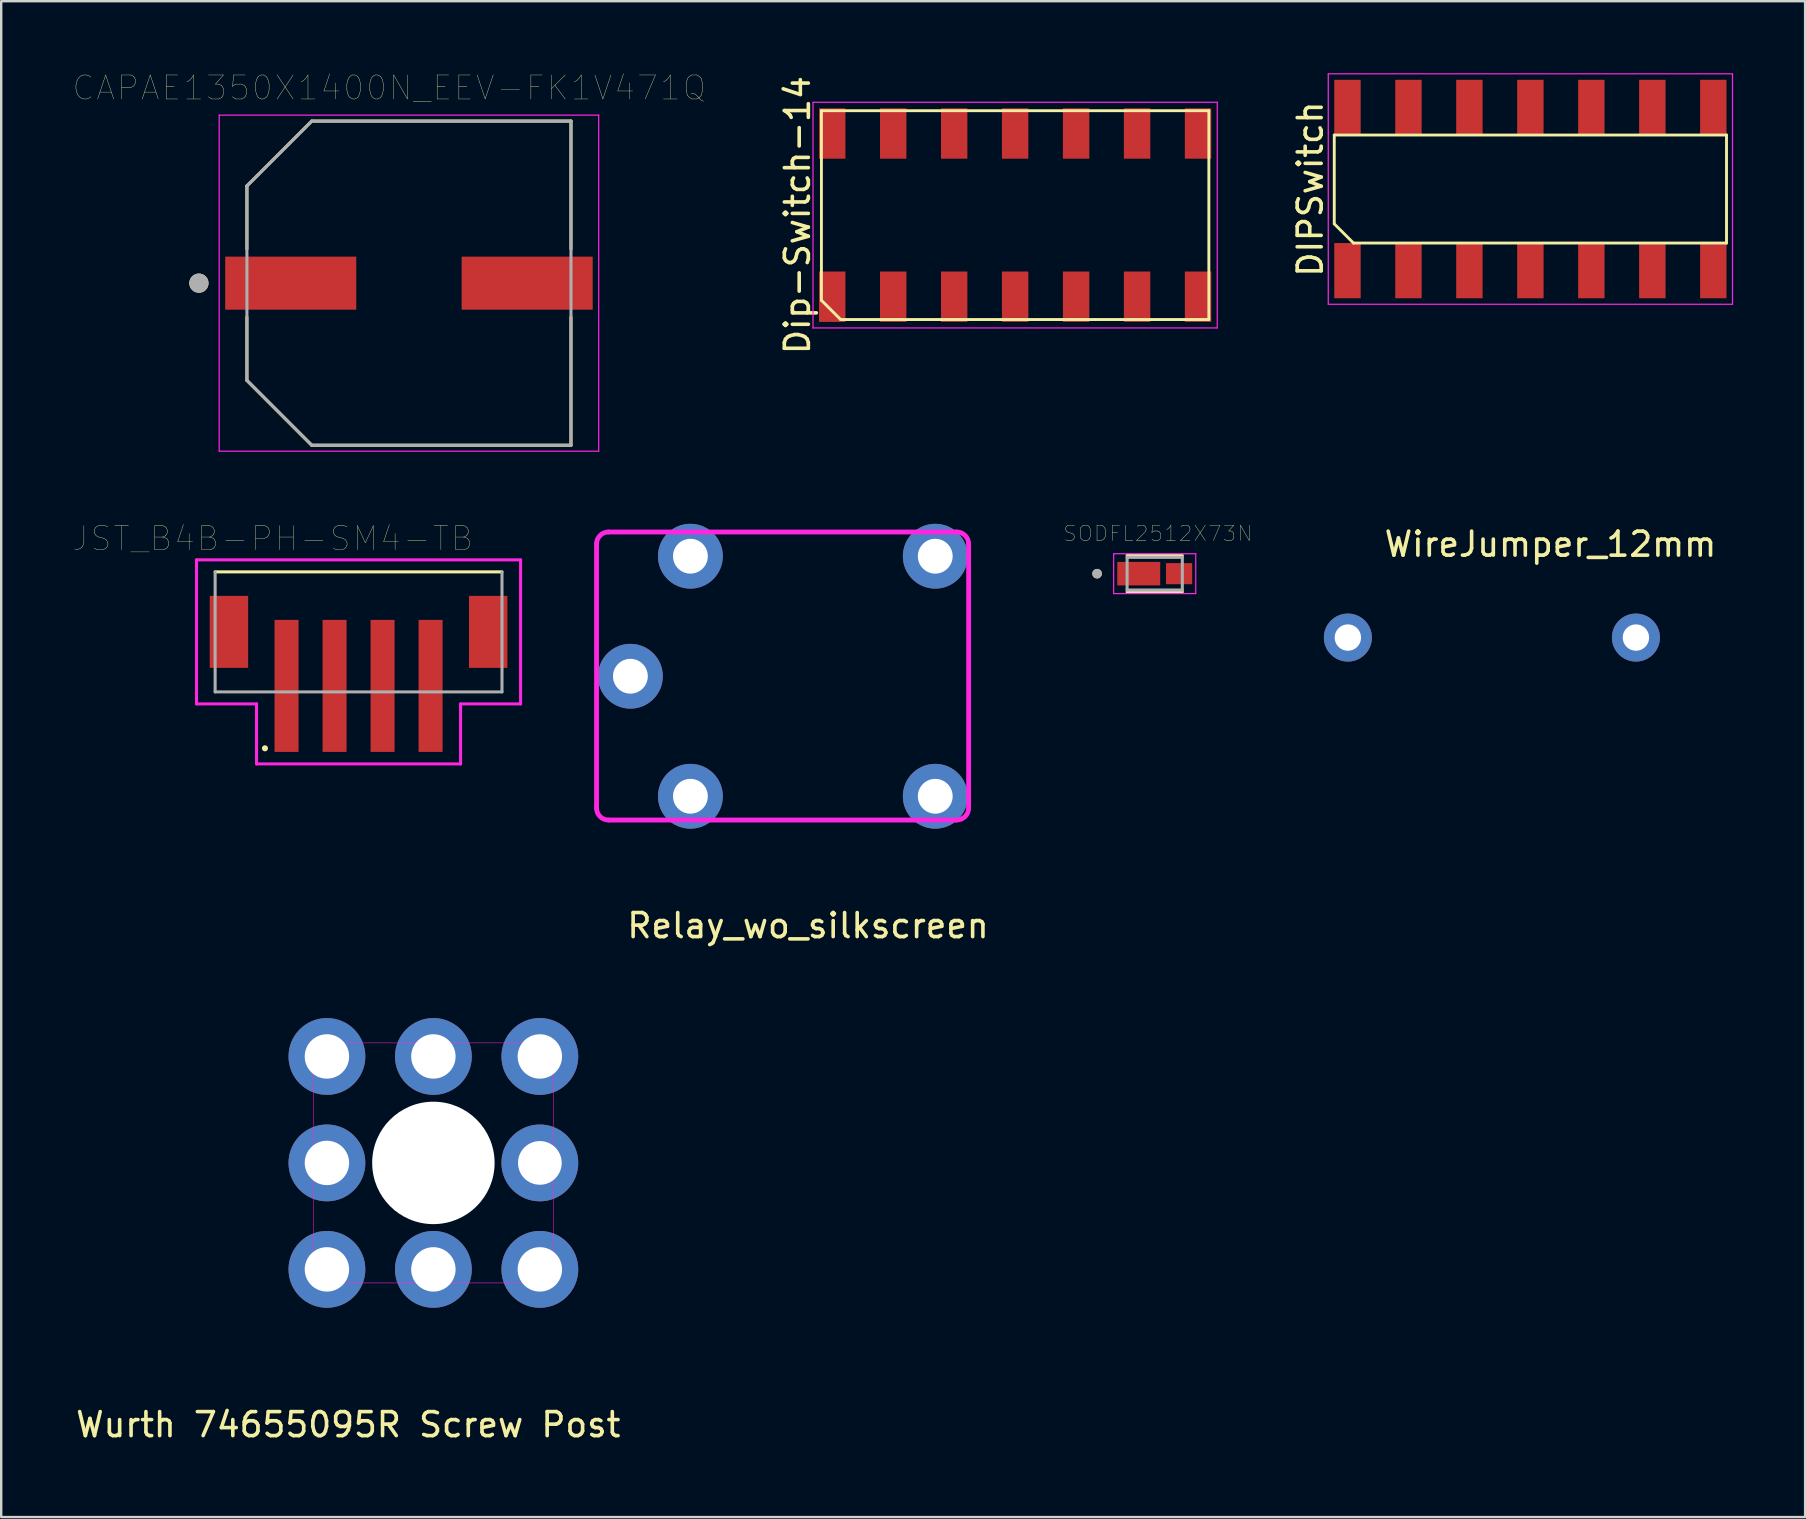
<source format=kicad_pcb>
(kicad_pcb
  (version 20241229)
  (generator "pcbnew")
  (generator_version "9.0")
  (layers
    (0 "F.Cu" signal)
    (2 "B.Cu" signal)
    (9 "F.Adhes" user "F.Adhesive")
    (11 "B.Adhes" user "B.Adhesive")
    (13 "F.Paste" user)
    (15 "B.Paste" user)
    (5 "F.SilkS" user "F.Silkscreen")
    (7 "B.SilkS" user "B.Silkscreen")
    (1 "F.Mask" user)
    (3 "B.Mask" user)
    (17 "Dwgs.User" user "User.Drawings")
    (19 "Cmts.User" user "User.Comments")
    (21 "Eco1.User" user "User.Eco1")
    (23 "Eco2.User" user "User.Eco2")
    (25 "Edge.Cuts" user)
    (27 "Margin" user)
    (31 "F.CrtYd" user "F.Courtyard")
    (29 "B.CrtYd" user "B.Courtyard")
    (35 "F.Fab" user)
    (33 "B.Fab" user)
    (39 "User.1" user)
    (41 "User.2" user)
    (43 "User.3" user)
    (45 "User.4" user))
  (footprint "Dip-Switch-14"
    (layer "F.Cu")
    (at 39.239 5.911)
    (property "Reference" "Dip-Switch-14" (at -9.07 0 90) (layer "F.SilkS") (effects (font (size 1 1) (thickness 0.15))))
    (attr smd)
    (fp_line (start -8.07 -4.35) (end 8.07 -4.35) (stroke (width 0.12) (type solid)) (layer "F.SilkS"))
    (fp_line (start -8.07 3.55) (end -8.07 -4.35) (stroke (width 0.12) (type solid)) (layer "F.SilkS"))
    (fp_line (start -7.27 4.35) (end -8.07 3.55) (stroke (width 0.12) (type solid)) (layer "F.SilkS"))
    (fp_line (start 8.07 -4.35) (end 8.07 4.35) (stroke (width 0.12) (type solid)) (layer "F.SilkS"))
    (fp_line (start 8.07 4.35) (end -7.27 4.35) (stroke (width 0.12) (type solid)) (layer "F.SilkS"))
    (fp_line (start -8.42 -4.7) (end 8.42 -4.7) (stroke (width 0.05) (type solid)) (layer "F.CrtYd"))
    (fp_line (start -8.42 4.7) (end -8.42 -4.7) (stroke (width 0.05) (type solid)) (layer "F.CrtYd"))
    (fp_line (start 8.42 -4.7) (end 8.42 4.7) (stroke (width 0.05) (type solid)) (layer "F.CrtYd"))
    (fp_line (start 8.42 4.7) (end -8.42 4.7) (stroke (width 0.05) (type solid)) (layer "F.CrtYd"))
    (pad "1" smd rect (at -7.62 3.4) (size 1.1 2.1) (layers "F.Cu" "F.Mask" "F.Paste"))
    (pad "2" smd rect (at -5.08 3.4) (size 1.1 2.1) (layers "F.Cu" "F.Mask" "F.Paste"))
    (pad "3" smd rect (at -2.54 3.4) (size 1.1 2.1) (layers "F.Cu" "F.Mask" "F.Paste"))
    (pad "4" smd rect (at 0 3.4) (size 1.1 2.1) (layers "F.Cu" "F.Mask" "F.Paste"))
    (pad "5" smd rect (at 2.54 3.4) (size 1.1 2.1) (layers "F.Cu" "F.Mask" "F.Paste"))
    (pad "6" smd rect (at 5.08 3.4) (size 1.1 2.1) (layers "F.Cu" "F.Mask" "F.Paste"))
    (pad "7" smd rect (at 7.62 3.4) (size 1.1 2.1) (layers "F.Cu" "F.Mask" "F.Paste"))
    (pad "8" smd rect (at 7.62 -3.4) (size 1.1 2.1) (layers "F.Cu" "F.Mask" "F.Paste"))
    (pad "9" smd rect (at 5.08 -3.4) (size 1.1 2.1) (layers "F.Cu" "F.Mask" "F.Paste"))
    (pad "10" smd rect (at 2.54 -3.4) (size 1.1 2.1) (layers "F.Cu" "F.Mask" "F.Paste"))
    (pad "11" smd rect (at 0 -3.4) (size 1.1 2.1) (layers "F.Cu" "F.Mask" "F.Paste"))
    (pad "12" smd rect (at -2.54 -3.4) (size 1.1 2.1) (layers "F.Cu" "F.Mask" "F.Paste"))
    (pad "13" smd rect (at -5.08 -3.4) (size 1.1 2.1) (layers "F.Cu" "F.Mask" "F.Paste"))
    (pad "14" smd rect (at -7.62 -3.4) (size 1.1 2.1) (layers "F.Cu" "F.Mask" "F.Paste")))
  (footprint "SODFL2512X73N"
    (layer "F.Cu")
    (at 45.053 20.848)
    (property "Reference" "SODFL2512X73N" (at 0.127 -1.676 0) (layer "F.SilkS") (effects (font (size 0.64 0.64) (thickness 0.015))))
    (attr through_hole)
    (fp_line (start -1.15 0.76) (end 1.15 0.76) (stroke (width 0.127) (type solid)) (layer "F.SilkS"))
    (fp_line (start 1.15 -0.76) (end -1.15 -0.76) (stroke (width 0.127) (type solid)) (layer "F.SilkS"))
    (fp_circle (center -2.4 0) (end -2.3 0) (stroke (width 0.2) (type solid)) (fill no) (layer "F.SilkS"))
    (fp_line (start -1.71 -0.83) (end -1.71 0.83) (stroke (width 0.05) (type solid)) (layer "F.CrtYd"))
    (fp_line (start -1.71 0.83) (end 1.71 0.83) (stroke (width 0.05) (type solid)) (layer "F.CrtYd"))
    (fp_line (start 1.71 -0.83) (end -1.71 -0.83) (stroke (width 0.05) (type solid)) (layer "F.CrtYd"))
    (fp_line (start 1.71 0.83) (end 1.71 -0.83) (stroke (width 0.05) (type solid)) (layer "F.CrtYd"))
    (fp_line (start -1.15 -0.68) (end -1.15 0.68) (stroke (width 0.127) (type solid)) (layer "F.Fab"))
    (fp_line (start -1.15 0.68) (end 1.15 0.68) (stroke (width 0.127) (type solid)) (layer "F.Fab"))
    (fp_line (start 1.15 -0.68) (end -1.15 -0.68) (stroke (width 0.127) (type solid)) (layer "F.Fab"))
    (fp_line (start 1.15 0.68) (end 1.15 -0.68) (stroke (width 0.127) (type solid)) (layer "F.Fab"))
    (fp_circle (center -2.4 0) (end -2.3 0) (stroke (width 0.2) (type solid)) (fill no) (layer "F.Fab"))
    (pad "1" smd rect (at -0.665 0) (size 1.79 0.98) (layers "F.Cu" "F.Mask" "F.Paste"))
    (pad "2" smd rect (at 1.015 0) (size 1.09 0.88) (layers "F.Cu" "F.Mask" "F.Paste")))
  (footprint "Wurth 74655095R Screw Post"
    (layer "F.Cu")
    (at 10.569 49.83)
    (property "Reference" "Wurth 74655095R Screw Post" (at 0.889 6.469 0) (layer "F.SilkS") (effects (font (size 1 1) (thickness 0.15))))
    (attr through_hole)
    (fp_line (start -0.565 -9.435) (end -0.565 0.565) (stroke (width 0.02) (type solid)) (layer "F.CrtYd"))
    (fp_line (start 9.435 -9.435) (end -0.565 -9.435) (stroke (width 0.02) (type solid)) (layer "F.CrtYd"))
    (fp_line (start 9.435 -9.435) (end 9.435 0.565) (stroke (width 0.02) (type solid)) (layer "F.CrtYd"))
    (fp_line (start 9.435 0.565) (end -0.565 0.565) (stroke (width 0.02) (type solid)) (layer "F.CrtYd"))
    (pad "" np_thru_hole circle (at 4.435 -4.435) (size 5.1 5.1) (drill 5.1) (layers "*.Cu" "*.Mask"))
    (pad "1" thru_hole circle (at 0 -8.87) (size 3.2 3.2) (drill 1.85) (layers "*.Cu" "*.Mask"))
    (pad "1" thru_hole circle (at 0 -4.435) (size 3.2 3.2) (drill 1.85) (layers "*.Cu" "*.Mask"))
    (pad "1" thru_hole circle (at 0 0) (size 3.2 3.2) (drill 1.85) (layers "*.Cu" "*.Mask"))
    (pad "1" thru_hole circle (at 4.435 -8.87) (size 3.2 3.2) (drill 1.85) (layers "*.Cu" "*.Mask"))
    (pad "1" thru_hole circle (at 4.435 0) (size 3.2 3.2) (drill 1.85) (layers "*.Cu" "*.Mask"))
    (pad "1" thru_hole circle (at 8.87 -8.87) (size 3.2 3.2) (drill 1.85) (layers "*.Cu" "*.Mask"))
    (pad "1" thru_hole circle (at 8.87 -4.435) (size 3.2 3.2) (drill 1.82) (layers "*.Cu" "*.Mask"))
    (pad "1" thru_hole circle (at 8.87 0) (size 3.2 3.2) (drill 1.85) (layers "*.Cu" "*.Mask")))
  (footprint "CAPAE1350X1400N_EEV-FK1V471Q"
    (layer "F.Cu")
    (at 13.986 8.746)
    (property "Reference" "CAPAE1350X1400N_EEV-FK1V471Q" (at -0.825 -8.135 0) (layer "F.SilkS") (effects (font (size 1 1) (thickness 0.015))))
    (attr through_hole)
    (fp_line (start -6.75 -4.05) (end -4.05 -6.752) (stroke (width 0.127) (type solid)) (layer "F.SilkS"))
    (fp_line (start -6.75 -1.42) (end -6.75 -4.05) (stroke (width 0.127) (type solid)) (layer "F.SilkS"))
    (fp_line (start -6.75 4.05) (end -6.75 1.42) (stroke (width 0.127) (type solid)) (layer "F.SilkS"))
    (fp_line (start -4.05 -6.752) (end 6.75 -6.752) (stroke (width 0.127) (type solid)) (layer "F.SilkS"))
    (fp_line (start -4.05 6.752) (end -6.75 4.05) (stroke (width 0.127) (type solid)) (layer "F.SilkS"))
    (fp_line (start 6.75 -6.752) (end 6.75 -1.42) (stroke (width 0.127) (type solid)) (layer "F.SilkS"))
    (fp_line (start 6.75 1.42) (end 6.75 6.752) (stroke (width 0.127) (type solid)) (layer "F.SilkS"))
    (fp_line (start 6.75 6.752) (end -4.05 6.752) (stroke (width 0.127) (type solid)) (layer "F.SilkS"))
    (fp_circle (center -8.75 0) (end -8.55 0) (stroke (width 0.4) (type solid)) (fill no) (layer "F.SilkS"))
    (fp_line (start -7.905 -7) (end 7.905 -7) (stroke (width 0.05) (type solid)) (layer "F.CrtYd"))
    (fp_line (start -7.905 7) (end -7.905 -7) (stroke (width 0.05) (type solid)) (layer "F.CrtYd"))
    (fp_line (start 7.905 -7) (end 7.905 7) (stroke (width 0.05) (type solid)) (layer "F.CrtYd"))
    (fp_line (start 7.905 7) (end -7.905 7) (stroke (width 0.05) (type solid)) (layer "F.CrtYd"))
    (fp_line (start -6.75 -4.05) (end -6.75 4.05) (stroke (width 0.127) (type solid)) (layer "F.Fab"))
    (fp_line (start -6.75 4.05) (end -4.05 6.75) (stroke (width 0.127) (type solid)) (layer "F.Fab"))
    (fp_line (start -4.05 -6.75) (end -6.75 -4.05) (stroke (width 0.127) (type solid)) (layer "F.Fab"))
    (fp_line (start -4.05 6.75) (end 6.75 6.75) (stroke (width 0.127) (type solid)) (layer "F.Fab"))
    (fp_line (start 6.75 -6.75) (end -4.05 -6.75) (stroke (width 0.127) (type solid)) (layer "F.Fab"))
    (fp_line (start 6.75 6.75) (end 6.75 -6.75) (stroke (width 0.127) (type solid)) (layer "F.Fab"))
    (fp_circle (center -8.75 0) (end -8.55 0) (stroke (width 0.4) (type solid)) (fill no) (layer "F.Fab"))
    (pad "1" smd rect (at -4.925 0) (size 5.46 2.21) (layers "F.Cu" "F.Mask" "F.Paste"))
    (pad "2" smd rect (at 4.925 0) (size 5.46 2.21) (layers "F.Cu" "F.Mask" "F.Paste")))
  (footprint "Relay_wo_silkscreen"
    (layer "F.Cu")
    (at 30.751 24.871)
    (property "Reference" "Relay_wo_silkscreen" (at -0.14 10.64 0) (layer "F.SilkS") (effects (font (size 1 1) (thickness 0.15))))
    (attr through_hole)
    (fp_line (start -8.95 -5.26) (end -8.95 5.74) (stroke (width 0.2) (type solid)) (layer "F.CrtYd"))
    (fp_line (start 6.05 -5.76) (end -8.45 -5.76) (stroke (width 0.2) (type solid)) (layer "F.CrtYd"))
    (fp_line (start 6.05 6.24) (end -8.45 6.24) (stroke (width 0.2) (type solid)) (layer "F.CrtYd"))
    (fp_line (start 6.55 -5.26) (end 6.55 5.74) (stroke (width 0.2) (type solid)) (layer "F.CrtYd"))
    (fp_arc (start -8.95 -5.259996) (mid -8.803553 -5.613549) (end -8.45 -5.759996) (stroke (width 0.2) (type solid)) (layer "F.CrtYd"))
    (fp_arc (start -8.45 6.240004) (mid -8.803553 6.093557) (end -8.95 5.740004) (stroke (width 0.2) (type solid)) (layer "F.CrtYd"))
    (fp_arc (start 6.05 -5.759996) (mid 6.403553 -5.613549) (end 6.55 -5.259996) (stroke (width 0.2) (type solid)) (layer "F.CrtYd"))
    (fp_arc (start 6.55 5.740004) (mid 6.403553 6.093557) (end 6.05 6.240004) (stroke (width 0.2) (type solid)) (layer "F.CrtYd"))
    (pad "1" thru_hole circle (at 5.16 5.25) (size 2.7 2.7) (drill 1.45) (layers "*.Cu" "*.Mask"))
    (pad "2" thru_hole circle (at -5.04 5.25) (size 2.7 2.7) (drill 1.45) (layers "*.Cu" "*.Mask"))
    (pad "6" thru_hole circle (at -5.04 -4.75) (size 2.7 2.7) (drill 1.45) (layers "*.Cu" "*.Mask"))
    (pad "7" thru_hole circle (at -7.54 0.25) (size 2.7 2.7) (drill 1.45) (layers "*.Cu" "*.Mask"))
    (pad "14" thru_hole circle (at 5.16 -4.75) (size 2.7 2.7) (drill 1.45) (layers "*.Cu" "*.Mask")))
  (footprint "DIPSwitch"
    (layer "F.Cu")
    (at 60.703 4.825)
    (property "Reference" "DIPSwitch" (at -9.17 0 90) (layer "F.SilkS") (effects (font (size 1 1) (thickness 0.15))))
    (attr smd)
    (fp_line (start -8.17 -2.25) (end 8.17 -2.25) (stroke (width 0.12) (type solid)) (layer "F.SilkS"))
    (fp_line (start -8.17 1.45) (end -8.17 -2.25) (stroke (width 0.12) (type solid)) (layer "F.SilkS"))
    (fp_line (start -7.37 2.25) (end -8.17 1.45) (stroke (width 0.12) (type solid)) (layer "F.SilkS"))
    (fp_line (start 8.17 -2.25) (end 8.17 2.25) (stroke (width 0.12) (type solid)) (layer "F.SilkS"))
    (fp_line (start 8.17 2.25) (end -7.37 2.25) (stroke (width 0.12) (type solid)) (layer "F.SilkS"))
    (fp_line (start -8.42 -4.8) (end 8.42 -4.8) (stroke (width 0.05) (type solid)) (layer "F.CrtYd"))
    (fp_line (start -8.42 4.8) (end -8.42 -4.8) (stroke (width 0.05) (type solid)) (layer "F.CrtYd"))
    (fp_line (start 8.42 -4.8) (end 8.42 4.8) (stroke (width 0.05) (type solid)) (layer "F.CrtYd"))
    (fp_line (start 8.42 4.8) (end -8.42 4.8) (stroke (width 0.05) (type solid)) (layer "F.CrtYd"))
    (pad "1" smd rect (at -7.62 3.4) (size 1.1 2.3) (layers "F.Cu" "F.Mask" "F.Paste"))
    (pad "2" smd rect (at -5.08 3.4) (size 1.1 2.3) (layers "F.Cu" "F.Mask" "F.Paste"))
    (pad "3" smd rect (at -2.54 3.4) (size 1.1 2.3) (layers "F.Cu" "F.Mask" "F.Paste"))
    (pad "4" smd rect (at 0 3.4) (size 1.1 2.3) (layers "F.Cu" "F.Mask" "F.Paste"))
    (pad "5" smd rect (at 2.54 3.4) (size 1.1 2.3) (layers "F.Cu" "F.Mask" "F.Paste"))
    (pad "6" smd rect (at 5.08 3.4) (size 1.1 2.3) (layers "F.Cu" "F.Mask" "F.Paste"))
    (pad "7" smd rect (at 7.62 3.4) (size 1.1 2.3) (layers "F.Cu" "F.Mask" "F.Paste"))
    (pad "8" smd rect (at 7.62 -3.4) (size 1.1 2.3) (layers "F.Cu" "F.Mask" "F.Paste"))
    (pad "9" smd rect (at 5.08 -3.4) (size 1.1 2.3) (layers "F.Cu" "F.Mask" "F.Paste"))
    (pad "10" smd rect (at 2.54 -3.4) (size 1.1 2.3) (layers "F.Cu" "F.Mask" "F.Paste"))
    (pad "11" smd rect (at 0 -3.4) (size 1.1 2.3) (layers "F.Cu" "F.Mask" "F.Paste"))
    (pad "12" smd rect (at -2.54 -3.4) (size 1.1 2.3) (layers "F.Cu" "F.Mask" "F.Paste"))
    (pad "13" smd rect (at -5.08 -3.4) (size 1.1 2.3) (layers "F.Cu" "F.Mask" "F.Paste"))
    (pad "14" smd rect (at -7.62 -3.4) (size 1.1 2.3) (layers "F.Cu" "F.Mask" "F.Paste")))
  (footprint "WireJumper_12mm"
    (layer "F.Cu")
    (at 53.1 23.51)
    (property "Reference" "WireJumper_12mm" (at 8.44 -3.89 0) (layer "F.SilkS") (effects (font (size 1 1) (thickness 0.15))))
    (attr through_hole)
    (pad "1" thru_hole circle (at 0 0) (size 2 2) (drill 1.1) (layers "*.Cu" "*.Mask"))
    (pad "2" thru_hole circle (at 12 0) (size 2 2) (drill 1.1) (layers "*.Cu" "*.Mask")))
  (footprint "JST_B4B-PH-SM4-TB"
    (layer "F.Cu")
    (at 11.887 25.523)
    (property "Reference" "JST_B4B-PH-SM4-TB" (at -3.578 -6.139 0) (layer "F.SilkS") (effects (font (size 1.001 1.001) (thickness 0.015))))
    (attr through_hole)
    (fp_line (start 5.975 -4.75) (end -5.975 -4.75) (stroke (width 0.127) (type solid)) (layer "F.SilkS"))
    (fp_circle (center -3.9 2.6) (end -3.773 2.6) (stroke (width 0) (type solid)) (fill yes) (layer "F.SilkS"))
    (fp_line (start -6.75 -5.25) (end -6.75 0.75) (stroke (width 0.127) (type solid)) (layer "F.CrtYd"))
    (fp_line (start -6.75 0.75) (end -4.25 0.75) (stroke (width 0.127) (type solid)) (layer "F.CrtYd"))
    (fp_line (start -4.25 0.75) (end -4.25 3.25) (stroke (width 0.127) (type solid)) (layer "F.CrtYd"))
    (fp_line (start -4.25 3.25) (end 4.25 3.25) (stroke (width 0.127) (type solid)) (layer "F.CrtYd"))
    (fp_line (start 4.25 0.75) (end 6.75 0.75) (stroke (width 0.127) (type solid)) (layer "F.CrtYd"))
    (fp_line (start 4.25 3.25) (end 4.25 0.75) (stroke (width 0.127) (type solid)) (layer "F.CrtYd"))
    (fp_line (start 6.75 -5.25) (end -6.75 -5.25) (stroke (width 0.127) (type solid)) (layer "F.CrtYd"))
    (fp_line (start 6.75 0.75) (end 6.75 -5.25) (stroke (width 0.127) (type solid)) (layer "F.CrtYd"))
    (fp_line (start -5.975 -4.75) (end -5.975 0.25) (stroke (width 0.127) (type solid)) (layer "F.Fab"))
    (fp_line (start -5.975 0.25) (end 5.975 0.25) (stroke (width 0.127) (type solid)) (layer "F.Fab"))
    (fp_line (start 5.975 0.25) (end 5.975 -4.75) (stroke (width 0.127) (type solid)) (layer "F.Fab"))
    (pad "1" smd rect (at -3 0) (size 1 5.5) (layers "F.Cu" "F.Mask" "F.Paste"))
    (pad "2" smd rect (at -1 0) (size 1 5.5) (layers "F.Cu" "F.Mask" "F.Paste"))
    (pad "3" smd rect (at 1 0) (size 1 5.5) (layers "F.Cu" "F.Mask" "F.Paste"))
    (pad "4" smd rect (at 3 0) (size 1 5.5) (layers "F.Cu" "F.Mask" "F.Paste"))
    (pad "P1" smd rect (at -5.4 -2.25) (size 1.6 3) (layers "F.Cu" "F.Mask" "F.Paste"))
    (pad "P2" smd rect (at 5.4 -2.25) (size 1.6 3) (layers "F.Cu" "F.Mask" "F.Paste")))
  (gr_rect
    (start -3 -3)
    (end 72.148 60.147)
    (stroke (width 0.1) (type default))
    (fill no)
    (layer "Edge.Cuts")))
</source>
